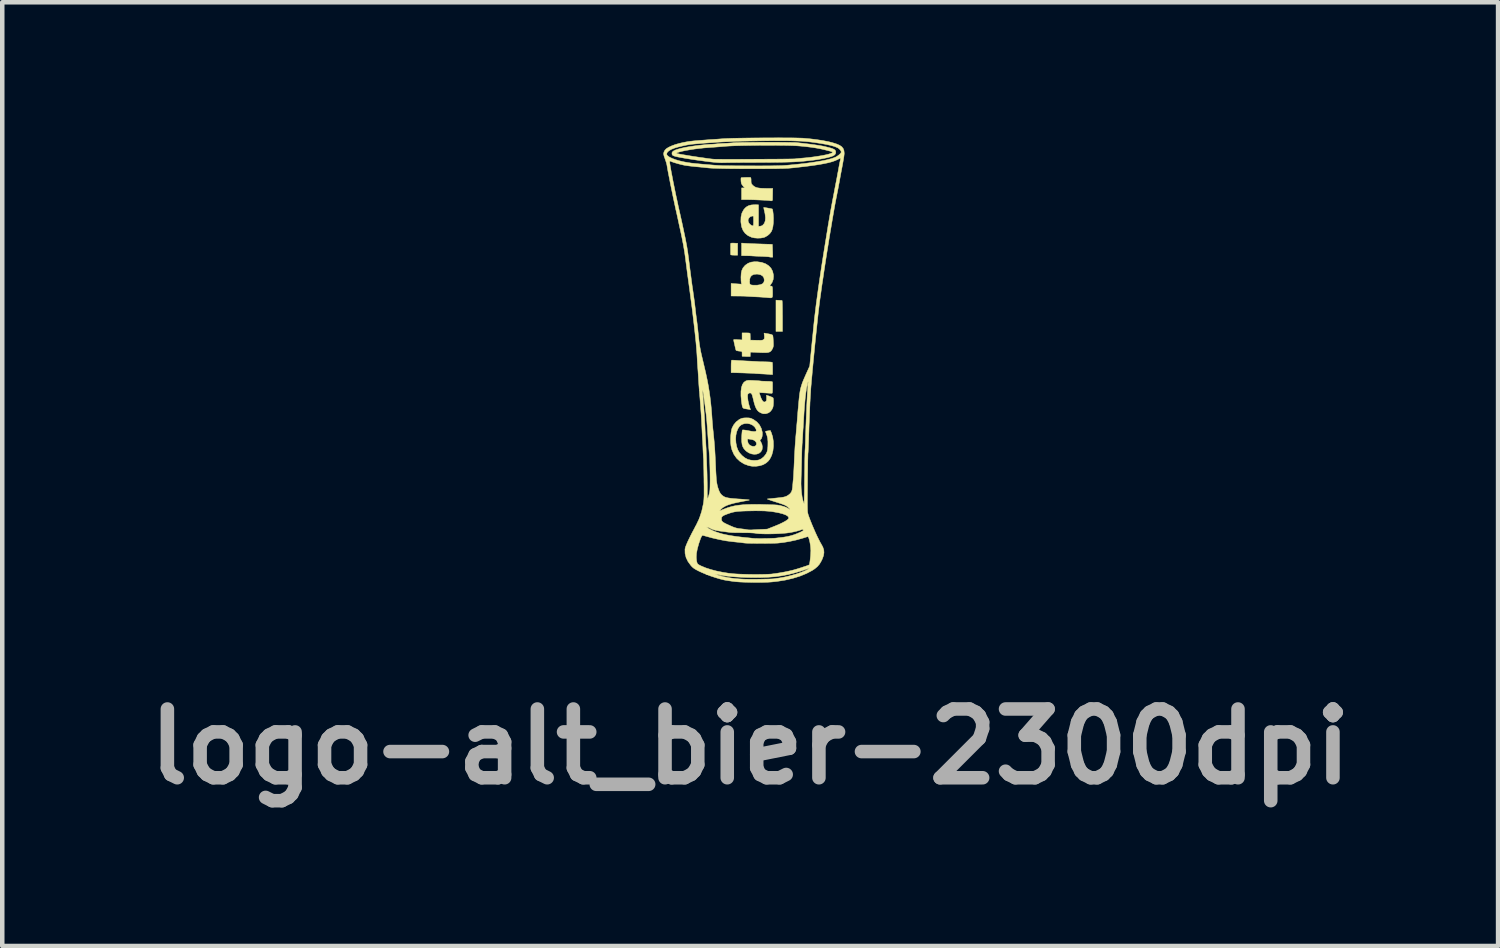
<source format=kicad_pcb>
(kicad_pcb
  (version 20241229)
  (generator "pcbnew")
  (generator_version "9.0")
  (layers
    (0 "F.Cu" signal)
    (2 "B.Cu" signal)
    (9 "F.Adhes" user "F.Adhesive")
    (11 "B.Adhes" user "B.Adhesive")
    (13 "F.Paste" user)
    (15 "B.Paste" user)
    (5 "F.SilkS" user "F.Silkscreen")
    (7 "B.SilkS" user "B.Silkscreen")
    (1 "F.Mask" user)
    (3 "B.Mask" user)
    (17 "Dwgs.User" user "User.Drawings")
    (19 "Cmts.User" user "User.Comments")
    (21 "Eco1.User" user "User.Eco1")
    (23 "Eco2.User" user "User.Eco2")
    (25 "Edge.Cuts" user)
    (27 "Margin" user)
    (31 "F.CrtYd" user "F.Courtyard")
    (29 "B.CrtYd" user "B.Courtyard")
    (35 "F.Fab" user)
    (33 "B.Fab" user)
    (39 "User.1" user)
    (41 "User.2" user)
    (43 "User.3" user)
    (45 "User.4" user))
  (footprint "logo-alt_bier-2300dpi"
    (layer "F.Cu")
    (at 13.653 4.925)
    (property "Reference" "logo-alt_bier-2300dpi" (at -0.075 8.575 0) (layer "F.Fab") (effects (font (size 1.524 1.524) (thickness 0.3))))
    (attr through_hole)
    (fp_poly (pts (xy 0.56 -1.319) (xy 0.596 -1.317) (xy 0.623 -1.316) (xy 0.632 -1.315) (xy 0.634 -1.304) (xy 0.636 -1.274) (xy 0.638 -1.227) (xy 0.639 -1.166) (xy 0.64 -1.093) (xy 0.64 -1.012) (xy 0.641 -0.972) (xy 0.641 -0.629) (xy 0.497 -0.629) (xy 0.497 -1.322) (xy 0.56 -1.319)) (stroke (width 0.01) (type solid)) (fill yes) (layer "F.SilkS"))
    (fp_poly (pts (xy -0.431 -2.586) (xy -0.353 -2.582) (xy -0.353 -2.319) (xy -0.431 -2.319) (xy -0.476 -2.321) (xy -0.501 -2.325) (xy -0.508 -2.333) (xy -0.509 -2.355) (xy -0.509 -2.391) (xy -0.509 -2.436) (xy -0.509 -2.482) (xy -0.509 -2.525) (xy -0.509 -2.557) (xy -0.509 -2.573) (xy -0.504 -2.582) (xy -0.489 -2.586) (xy -0.459 -2.587) (xy -0.431 -2.586)) (stroke (width 0.01) (type solid)) (fill yes) (layer "F.SilkS"))
    (fp_poly (pts (xy -0.163 -2.58) (xy -0.12 -2.578) (xy -0.06 -2.575) (xy 0.011 -2.572) (xy 0.089 -2.569) (xy 0.167 -2.567) (xy 0.177 -2.566) (xy 0.247 -2.564) (xy 0.308 -2.562) (xy 0.359 -2.561) (xy 0.395 -2.559) (xy 0.414 -2.558) (xy 0.416 -2.558) (xy 0.417 -2.547) (xy 0.418 -2.518) (xy 0.42 -2.476) (xy 0.421 -2.424) (xy 0.422 -2.416) (xy 0.426 -2.275) (xy 0.392 -2.275) (xy 0.366 -2.276) (xy 0.352 -2.28) (xy 0.352 -2.28) (xy 0.34 -2.282) (xy 0.309 -2.285) (xy 0.265 -2.288) (xy 0.21 -2.291) (xy 0.182 -2.292) (xy 0.118 -2.295) (xy 0.058 -2.297) (xy 0.006 -2.3) (xy -0.031 -2.302) (xy -0.039 -2.303) (xy -0.078 -2.305) (xy -0.129 -2.306) (xy -0.179 -2.307) (xy -0.265 -2.308) (xy -0.265 -2.587) (xy -0.163 -2.58)) (stroke (width 0.01) (type solid)) (fill yes) (layer "F.SilkS"))
    (fp_poly (pts (xy -0.437 0.009) (xy -0.395 0.012) (xy -0.384 0.013) (xy -0.341 0.016) (xy -0.282 0.019) (xy -0.215 0.023) (xy -0.145 0.027) (xy -0.117 0.028) (xy -0.054 0.031) (xy 0.003 0.034) (xy 0.051 0.036) (xy 0.084 0.038) (xy 0.094 0.039) (xy 0.118 0.041) (xy 0.158 0.043) (xy 0.209 0.044) (xy 0.266 0.045) (xy 0.268 0.045) (xy 0.322 0.047) (xy 0.367 0.049) (xy 0.4 0.053) (xy 0.415 0.057) (xy 0.416 0.058) (xy 0.418 0.072) (xy 0.42 0.104) (xy 0.422 0.148) (xy 0.422 0.197) (xy 0.422 0.326) (xy 0.393 0.327) (xy 0.371 0.327) (xy 0.362 0.325) (xy 0.35 0.323) (xy 0.32 0.321) (xy 0.277 0.318) (xy 0.224 0.315) (xy 0.204 0.314) (xy 0.146 0.311) (xy 0.093 0.308) (xy 0.052 0.306) (xy 0.026 0.303) (xy 0.023 0.303) (xy 0.004 0.301) (xy -0.033 0.299) (xy -0.085 0.297) (xy -0.149 0.295) (xy -0.22 0.292) (xy -0.251 0.291) (xy -0.497 0.284) (xy -0.497 0.148) (xy -0.496 0.084) (xy -0.493 0.038) (xy -0.488 0.014) (xy -0.485 0.009) (xy -0.469 0.008) (xy -0.437 0.009)) (stroke (width 0.01) (type solid)) (fill yes) (layer "F.SilkS"))
    (fp_poly (pts (xy -0.079 -4.043) (xy -0.075 -4.043) (xy -0.064 -4.039) (xy -0.058 -4.025) (xy -0.055 -3.997) (xy -0.055 -3.974) (xy -0.054 -3.935) (xy -0.049 -3.91) (xy -0.036 -3.889) (xy -0.014 -3.865) (xy 0.015 -3.842) (xy 0.048 -3.824) (xy 0.089 -3.812) (xy 0.143 -3.804) (xy 0.211 -3.8) (xy 0.285 -3.799) (xy 0.425 -3.799) (xy 0.423 -3.686) (xy 0.422 -3.635) (xy 0.421 -3.591) (xy 0.421 -3.559) (xy 0.42 -3.548) (xy 0.414 -3.528) (xy 0.394 -3.523) (xy 0.372 -3.525) (xy 0.364 -3.527) (xy 0.351 -3.53) (xy 0.32 -3.532) (xy 0.275 -3.535) (xy 0.218 -3.538) (xy 0.154 -3.541) (xy 0.086 -3.544) (xy 0.017 -3.547) (xy -0.048 -3.549) (xy -0.106 -3.55) (xy -0.152 -3.55) (xy -0.265 -3.55) (xy -0.265 -3.68) (xy -0.265 -3.81) (xy -0.195 -3.81) (xy -0.223 -3.84) (xy -0.246 -3.868) (xy -0.264 -3.895) (xy -0.265 -3.897) (xy -0.272 -3.919) (xy -0.277 -3.952) (xy -0.279 -3.988) (xy -0.279 -4.018) (xy -0.275 -4.035) (xy -0.275 -4.036) (xy -0.263 -4.038) (xy -0.235 -4.04) (xy -0.196 -4.041) (xy -0.153 -4.043) (xy -0.112 -4.043) (xy -0.079 -4.043)) (stroke (width 0.01) (type solid)) (fill yes) (layer "F.SilkS"))
    (fp_poly (pts (xy -0.117 -0.595) (xy -0.088 -0.591) (xy -0.076 -0.584) (xy -0.076 -0.583) (xy -0.075 -0.565) (xy -0.074 -0.532) (xy -0.073 -0.502) (xy -0.072 -0.436) (xy 0.065 -0.433) (xy 0.123 -0.432) (xy 0.164 -0.432) (xy 0.191 -0.435) (xy 0.208 -0.439) (xy 0.221 -0.447) (xy 0.223 -0.449) (xy 0.236 -0.464) (xy 0.241 -0.484) (xy 0.241 -0.516) (xy 0.239 -0.531) (xy 0.233 -0.592) (xy 0.326 -0.576) (xy 0.38 -0.565) (xy 0.413 -0.553) (xy 0.426 -0.542) (xy 0.429 -0.524) (xy 0.433 -0.49) (xy 0.436 -0.444) (xy 0.438 -0.409) (xy 0.44 -0.355) (xy 0.44 -0.317) (xy 0.436 -0.29) (xy 0.429 -0.267) (xy 0.418 -0.243) (xy 0.399 -0.211) (xy 0.379 -0.188) (xy 0.353 -0.172) (xy 0.319 -0.162) (xy 0.272 -0.158) (xy 0.209 -0.158) (xy 0.149 -0.16) (xy 0.089 -0.163) (xy 0.034 -0.166) (xy -0.01 -0.168) (xy -0.038 -0.169) (xy -0.044 -0.169) (xy -0.061 -0.169) (xy -0.07 -0.159) (xy -0.072 -0.136) (xy -0.073 -0.121) (xy -0.074 -0.072) (xy -0.117 -0.072) (xy -0.158 -0.073) (xy -0.202 -0.075) (xy -0.207 -0.075) (xy -0.254 -0.079) (xy -0.254 -0.133) (xy -0.255 -0.167) (xy -0.261 -0.183) (xy -0.272 -0.188) (xy -0.273 -0.188) (xy -0.306 -0.191) (xy -0.34 -0.195) (xy -0.37 -0.202) (xy -0.387 -0.207) (xy -0.387 -0.208) (xy -0.392 -0.221) (xy -0.4 -0.249) (xy -0.409 -0.288) (xy -0.419 -0.332) (xy -0.429 -0.376) (xy -0.437 -0.413) (xy -0.441 -0.438) (xy -0.442 -0.445) (xy -0.432 -0.448) (xy -0.404 -0.449) (xy -0.365 -0.448) (xy -0.348 -0.446) (xy -0.254 -0.44) (xy -0.254 -0.596) (xy -0.166 -0.596) (xy -0.117 -0.595)) (stroke (width 0.01) (type solid)) (fill yes) (layer "F.SilkS"))
    (fp_poly (pts (xy 0.075 -3.436) (xy 0.11 -3.435) (xy 0.11 -2.96) (xy 0.142 -2.96) (xy 0.174 -2.967) (xy 0.201 -2.981) (xy 0.237 -3.022) (xy 0.258 -3.077) (xy 0.264 -3.147) (xy 0.255 -3.231) (xy 0.244 -3.285) (xy 0.234 -3.326) (xy 0.228 -3.358) (xy 0.225 -3.375) (xy 0.225 -3.376) (xy 0.237 -3.376) (xy 0.263 -3.372) (xy 0.3 -3.366) (xy 0.339 -3.359) (xy 0.376 -3.352) (xy 0.403 -3.346) (xy 0.416 -3.343) (xy 0.416 -3.343) (xy 0.422 -3.326) (xy 0.428 -3.293) (xy 0.434 -3.247) (xy 0.438 -3.194) (xy 0.441 -3.138) (xy 0.441 -3.132) (xy 0.439 -3.037) (xy 0.429 -2.952) (xy 0.411 -2.882) (xy 0.397 -2.848) (xy 0.363 -2.8) (xy 0.314 -2.756) (xy 0.258 -2.723) (xy 0.228 -2.711) (xy 0.163 -2.699) (xy 0.09 -2.696) (xy 0.017 -2.702) (xy -0.041 -2.715) (xy -0.122 -2.752) (xy -0.185 -2.802) (xy -0.232 -2.866) (xy -0.264 -2.945) (xy -0.279 -3.039) (xy -0.281 -3.065) (xy -0.281 -3.075) (xy -0.121 -3.075) (xy -0.104 -3.033) (xy -0.084 -3.008) (xy -0.057 -2.986) (xy -0.032 -2.972) (xy -0.023 -2.971) (xy -0.013 -2.972) (xy -0.006 -2.978) (xy -0.002 -2.994) (xy -0.000444 -3.023) (xy -0.000008 -3.069) (xy 0 -3.082) (xy -0.000395 -3.133) (xy -0.002 -3.165) (xy -0.005 -3.182) (xy -0.011 -3.188) (xy -0.017 -3.187) (xy -0.043 -3.181) (xy -0.051 -3.181) (xy -0.069 -3.173) (xy -0.092 -3.155) (xy -0.094 -3.153) (xy -0.118 -3.116) (xy -0.121 -3.075) (xy -0.281 -3.075) (xy -0.278 -3.166) (xy -0.258 -3.252) (xy -0.221 -3.323) (xy -0.186 -3.365) (xy -0.146 -3.397) (xy -0.102 -3.419) (xy -0.049 -3.432) (xy 0.017 -3.437) (xy 0.075 -3.436)) (stroke (width 0.01) (type solid)) (fill yes) (layer "F.SilkS"))
    (fp_poly (pts (xy 0.082 -2.173) (xy 0.179 -2.159) (xy 0.263 -2.13) (xy 0.332 -2.087) (xy 0.386 -2.031) (xy 0.422 -1.963) (xy 0.44 -1.885) (xy 0.442 -1.849) (xy 0.435 -1.779) (xy 0.413 -1.719) (xy 0.385 -1.676) (xy 0.366 -1.649) (xy 0.365 -1.636) (xy 0.38 -1.632) (xy 0.394 -1.633) (xy 0.406 -1.631) (xy 0.414 -1.619) (xy 0.419 -1.595) (xy 0.421 -1.554) (xy 0.422 -1.495) (xy 0.422 -1.492) (xy 0.422 -1.44) (xy 0.42 -1.405) (xy 0.412 -1.384) (xy 0.396 -1.374) (xy 0.367 -1.373) (xy 0.322 -1.377) (xy 0.282 -1.381) (xy 0.238 -1.384) (xy 0.179 -1.389) (xy 0.111 -1.393) (xy 0.042 -1.396) (xy 0.022 -1.397) (xy -0.038 -1.4) (xy -0.091 -1.403) (xy -0.133 -1.406) (xy -0.16 -1.408) (xy -0.166 -1.409) (xy -0.182 -1.41) (xy -0.216 -1.411) (xy -0.264 -1.412) (xy -0.32 -1.413) (xy -0.34 -1.413) (xy -0.497 -1.414) (xy -0.497 -1.692) (xy -0.38 -1.684) (xy -0.263 -1.676) (xy -0.271 -1.701) (xy -0.274 -1.722) (xy -0.276 -1.754) (xy -0.088 -1.754) (xy -0.087 -1.708) (xy -0.081 -1.679) (xy -0.066 -1.664) (xy -0.039 -1.657) (xy -0.007 -1.654) (xy 0.079 -1.654) (xy 0.146 -1.664) (xy 0.193 -1.682) (xy 0.209 -1.695) (xy 0.229 -1.722) (xy 0.237 -1.756) (xy 0.237 -1.772) (xy 0.228 -1.821) (xy 0.2 -1.859) (xy 0.155 -1.885) (xy 0.095 -1.898) (xy 0.066 -1.899) (xy 0.004 -1.892) (xy -0.043 -1.868) (xy -0.073 -1.83) (xy -0.087 -1.777) (xy -0.088 -1.754) (xy -0.276 -1.754) (xy -0.277 -1.76) (xy -0.278 -1.806) (xy -0.279 -1.832) (xy -0.274 -1.914) (xy -0.26 -1.981) (xy -0.235 -2.035) (xy -0.196 -2.083) (xy -0.179 -2.099) (xy -0.121 -2.139) (xy -0.055 -2.164) (xy 0.022 -2.174) (xy 0.082 -2.173)) (stroke (width 0.01) (type solid)) (fill yes) (layer "F.SilkS"))
    (fp_poly (pts (xy -0.032 0.457) (xy 0.01 0.459) (xy 0.063 0.462) (xy 0.108 0.465) (xy 0.14 0.468) (xy 0.155 0.47) (xy 0.155 0.47) (xy 0.168 0.472) (xy 0.199 0.474) (xy 0.242 0.475) (xy 0.291 0.477) (xy 0.347 0.478) (xy 0.385 0.481) (xy 0.407 0.484) (xy 0.418 0.49) (xy 0.42 0.496) (xy 0.421 0.514) (xy 0.421 0.548) (xy 0.421 0.594) (xy 0.421 0.629) (xy 0.42 0.681) (xy 0.419 0.715) (xy 0.415 0.734) (xy 0.41 0.742) (xy 0.401 0.744) (xy 0.401 0.743) (xy 0.383 0.742) (xy 0.348 0.74) (xy 0.301 0.737) (xy 0.253 0.734) (xy 0.124 0.726) (xy 0.151 0.808) (xy 0.167 0.851) (xy 0.186 0.889) (xy 0.203 0.914) (xy 0.204 0.916) (xy 0.225 0.933) (xy 0.243 0.936) (xy 0.259 0.93) (xy 0.276 0.919) (xy 0.285 0.903) (xy 0.289 0.876) (xy 0.288 0.833) (xy 0.288 0.826) (xy 0.286 0.785) (xy 0.356 0.808) (xy 0.392 0.822) (xy 0.421 0.835) (xy 0.433 0.844) (xy 0.438 0.863) (xy 0.441 0.897) (xy 0.441 0.94) (xy 0.439 0.986) (xy 0.435 1.026) (xy 0.43 1.052) (xy 0.407 1.102) (xy 0.371 1.147) (xy 0.331 1.176) (xy 0.271 1.196) (xy 0.211 1.195) (xy 0.157 1.175) (xy 0.118 1.152) (xy 0.086 1.121) (xy 0.059 1.08) (xy 0.036 1.027) (xy 0.014 0.957) (xy -0.005 0.878) (xy -0.016 0.834) (xy -0.026 0.796) (xy -0.034 0.771) (xy -0.054 0.742) (xy -0.08 0.733) (xy -0.109 0.744) (xy -0.113 0.747) (xy -0.124 0.76) (xy -0.13 0.777) (xy -0.132 0.802) (xy -0.13 0.844) (xy -0.129 0.85) (xy -0.123 0.904) (xy -0.11 0.965) (xy -0.096 1.02) (xy -0.068 1.106) (xy -0.092 1.1) (xy -0.117 1.096) (xy -0.153 1.09) (xy -0.175 1.087) (xy -0.203 1.082) (xy -0.223 1.075) (xy -0.237 1.062) (xy -0.248 1.039) (xy -0.256 1.002) (xy -0.264 0.949) (xy -0.268 0.92) (xy -0.279 0.801) (xy -0.279 0.699) (xy -0.268 0.614) (xy -0.246 0.547) (xy -0.213 0.498) (xy -0.169 0.468) (xy -0.147 0.461) (xy -0.12 0.456) (xy -0.083 0.455) (xy -0.032 0.457)) (stroke (width 0.01) (type solid)) (fill yes) (layer "F.SilkS"))
    (fp_poly (pts (xy -0.113 1.288) (xy -0.078 1.292) (xy -0.048 1.302) (xy -0.012 1.319) (xy -0.002 1.324) (xy 0.073 1.377) (xy 0.132 1.444) (xy 0.172 1.522) (xy 0.194 1.607) (xy 0.195 1.657) (xy 0.189 1.704) (xy 0.176 1.744) (xy 0.157 1.768) (xy 0.156 1.769) (xy 0.144 1.778) (xy 0.143 1.789) (xy 0.154 1.809) (xy 0.161 1.819) (xy 0.185 1.871) (xy 0.196 1.93) (xy 0.19 1.985) (xy 0.188 1.993) (xy 0.162 2.039) (xy 0.123 2.071) (xy 0.073 2.09) (xy 0.015 2.095) (xy -0.045 2.086) (xy -0.105 2.063) (xy -0.162 2.025) (xy -0.178 2.01) (xy -0.213 1.971) (xy -0.238 1.928) (xy -0.254 1.878) (xy -0.262 1.816) (xy -0.263 1.788) (xy -0.133 1.788) (xy -0.127 1.824) (xy -0.115 1.857) (xy -0.09 1.887) (xy -0.055 1.908) (xy -0.015 1.92) (xy 0.022 1.918) (xy 0.049 1.904) (xy 0.065 1.875) (xy 0.063 1.841) (xy 0.044 1.809) (xy 0.012 1.784) (xy -0.017 1.773) (xy -0.057 1.764) (xy -0.076 1.761) (xy -0.133 1.753) (xy -0.133 1.788) (xy -0.263 1.788) (xy -0.263 1.739) (xy -0.262 1.697) (xy -0.259 1.645) (xy -0.255 1.601) (xy -0.251 1.57) (xy -0.246 1.556) (xy -0.232 1.554) (xy -0.201 1.557) (xy -0.158 1.563) (xy -0.127 1.569) (xy -0.055 1.583) (xy -0.003 1.59) (xy 0.033 1.59) (xy 0.053 1.583) (xy 0.061 1.569) (xy 0.057 1.546) (xy 0.054 1.536) (xy 0.024 1.487) (xy -0.021 1.449) (xy -0.077 1.423) (xy -0.138 1.411) (xy -0.2 1.414) (xy -0.259 1.434) (xy -0.265 1.437) (xy -0.311 1.474) (xy -0.347 1.529) (xy -0.374 1.596) (xy -0.391 1.674) (xy -0.396 1.757) (xy -0.39 1.843) (xy -0.373 1.928) (xy -0.347 2) (xy -0.308 2.064) (xy -0.255 2.123) (xy -0.193 2.173) (xy -0.128 2.207) (xy -0.127 2.208) (xy -0.063 2.224) (xy 0.009 2.231) (xy 0.08 2.227) (xy 0.123 2.218) (xy 0.176 2.192) (xy 0.226 2.151) (xy 0.269 2.098) (xy 0.284 2.072) (xy 0.298 2.042) (xy 0.307 2.011) (xy 0.313 1.974) (xy 0.317 1.925) (xy 0.318 1.897) (xy 0.319 1.814) (xy 0.313 1.745) (xy 0.299 1.684) (xy 0.28 1.632) (xy 0.269 1.605) (xy 0.266 1.588) (xy 0.266 1.586) (xy 0.279 1.582) (xy 0.306 1.577) (xy 0.321 1.575) (xy 0.372 1.567) (xy 0.395 1.62) (xy 0.424 1.711) (xy 0.439 1.812) (xy 0.441 1.915) (xy 0.43 2.016) (xy 0.405 2.109) (xy 0.381 2.162) (xy 0.354 2.21) (xy 0.325 2.246) (xy 0.288 2.279) (xy 0.274 2.29) (xy 0.211 2.326) (xy 0.135 2.349) (xy 0.051 2.361) (xy -0.035 2.359) (xy -0.107 2.346) (xy -0.21 2.308) (xy -0.3 2.252) (xy -0.376 2.181) (xy -0.436 2.095) (xy -0.479 1.996) (xy -0.5 1.909) (xy -0.507 1.84) (xy -0.509 1.763) (xy -0.506 1.683) (xy -0.498 1.608) (xy -0.486 1.544) (xy -0.476 1.511) (xy -0.439 1.441) (xy -0.387 1.378) (xy -0.325 1.329) (xy -0.305 1.317) (xy -0.27 1.301) (xy -0.236 1.292) (xy -0.194 1.288) (xy -0.16 1.287) (xy -0.113 1.288)) (stroke (width 0.01) (type solid)) (fill yes) (layer "F.SilkS"))
    (fp_poly (pts (xy 0.457 -4.821) (xy 0.56 -4.821) (xy 0.657 -4.82) (xy 0.745 -4.819) (xy 0.821 -4.818) (xy 0.883 -4.817) (xy 0.928 -4.816) (xy 0.955 -4.814) (xy 1.109 -4.797) (xy 1.241 -4.781) (xy 1.353 -4.766) (xy 1.446 -4.752) (xy 1.521 -4.739) (xy 1.557 -4.732) (xy 1.641 -4.712) (xy 1.705 -4.695) (xy 1.753 -4.679) (xy 1.786 -4.664) (xy 1.806 -4.648) (xy 1.818 -4.629) (xy 1.822 -4.607) (xy 1.822 -4.6) (xy 1.818 -4.572) (xy 1.804 -4.549) (xy 1.778 -4.528) (xy 1.737 -4.51) (xy 1.68 -4.492) (xy 1.605 -4.474) (xy 1.55 -4.463) (xy 1.486 -4.45) (xy 1.424 -4.439) (xy 1.369 -4.431) (xy 1.329 -4.425) (xy 1.32 -4.424) (xy 1.278 -4.42) (xy 1.223 -4.414) (xy 1.166 -4.408) (xy 1.149 -4.406) (xy 1.09 -4.4) (xy 1.029 -4.395) (xy 0.964 -4.391) (xy 0.894 -4.387) (xy 0.816 -4.384) (xy 0.727 -4.381) (xy 0.627 -4.379) (xy 0.513 -4.377) (xy 0.384 -4.376) (xy 0.236 -4.375) (xy 0.069 -4.375) (xy 0.04 -4.374) (xy -0.083 -4.374) (xy -0.199 -4.374) (xy -0.307 -4.373) (xy -0.405 -4.372) (xy -0.491 -4.372) (xy -0.564 -4.371) (xy -0.62 -4.37) (xy -0.658 -4.37) (xy -0.677 -4.369) (xy -0.678 -4.369) (xy -0.698 -4.368) (xy -0.735 -4.369) (xy -0.782 -4.371) (xy -0.823 -4.374) (xy -0.893 -4.38) (xy -0.976 -4.389) (xy -1.069 -4.401) (xy -1.167 -4.414) (xy -1.268 -4.428) (xy -1.369 -4.443) (xy -1.465 -4.458) (xy -1.553 -4.473) (xy -1.63 -4.487) (xy -1.693 -4.499) (xy -1.737 -4.51) (xy -1.742 -4.511) (xy -1.778 -4.524) (xy -1.798 -4.538) (xy -1.807 -4.556) (xy -1.807 -4.558) (xy -1.808 -4.578) (xy -1.708 -4.578) (xy -1.694 -4.572) (xy -1.674 -4.567) (xy -1.635 -4.559) (xy -1.581 -4.549) (xy -1.515 -4.538) (xy -1.439 -4.525) (xy -1.357 -4.512) (xy -1.271 -4.499) (xy -1.186 -4.486) (xy -1.105 -4.475) (xy -1.03 -4.464) (xy -0.964 -4.455) (xy -0.911 -4.449) (xy -0.889 -4.447) (xy -0.869 -4.446) (xy -0.829 -4.445) (xy -0.772 -4.445) (xy -0.699 -4.444) (xy -0.613 -4.444) (xy -0.516 -4.444) (xy -0.409 -4.444) (xy -0.294 -4.444) (xy -0.175 -4.445) (xy -0.052 -4.445) (xy 0.072 -4.446) (xy 0.195 -4.446) (xy 0.314 -4.447) (xy 0.429 -4.447) (xy 0.537 -4.448) (xy 0.636 -4.449) (xy 0.723 -4.45) (xy 0.797 -4.451) (xy 0.856 -4.452) (xy 0.898 -4.453) (xy 0.92 -4.454) (xy 0.922 -4.454) (xy 0.949 -4.458) (xy 0.99 -4.462) (xy 1.037 -4.466) (xy 1.044 -4.467) (xy 1.149 -4.476) (xy 1.252 -4.487) (xy 1.351 -4.5) (xy 1.443 -4.514) (xy 1.528 -4.528) (xy 1.601 -4.543) (xy 1.663 -4.558) (xy 1.71 -4.573) (xy 1.74 -4.587) (xy 1.751 -4.599) (xy 1.749 -4.606) (xy 1.733 -4.613) (xy 1.7 -4.624) (xy 1.653 -4.636) (xy 1.597 -4.65) (xy 1.536 -4.665) (xy 1.474 -4.678) (xy 1.416 -4.689) (xy 1.364 -4.698) (xy 1.364 -4.698) (xy 1.275 -4.711) (xy 1.194 -4.721) (xy 1.116 -4.73) (xy 1.04 -4.737) (xy 0.961 -4.743) (xy 0.877 -4.747) (xy 0.785 -4.75) (xy 0.682 -4.752) (xy 0.563 -4.753) (xy 0.428 -4.754) (xy 0.364 -4.754) (xy 0.207 -4.754) (xy 0.056 -4.753) (xy -0.086 -4.751) (xy -0.217 -4.749) (xy -0.336 -4.746) (xy -0.439 -4.743) (xy -0.526 -4.739) (xy -0.595 -4.735) (xy -0.635 -4.732) (xy -0.668 -4.729) (xy -0.709 -4.725) (xy -0.761 -4.721) (xy -0.828 -4.716) (xy -0.912 -4.71) (xy -0.994 -4.704) (xy -1.099 -4.696) (xy -1.206 -4.684) (xy -1.312 -4.671) (xy -1.414 -4.655) (xy -1.506 -4.639) (xy -1.587 -4.622) (xy -1.651 -4.605) (xy -1.684 -4.594) (xy -1.706 -4.584) (xy -1.708 -4.578) (xy -1.808 -4.578) (xy -1.809 -4.586) (xy -1.797 -4.61) (xy -1.769 -4.632) (xy -1.725 -4.653) (xy -1.661 -4.673) (xy -1.607 -4.688) (xy -1.526 -4.706) (xy -1.427 -4.724) (xy -1.317 -4.74) (xy -1.201 -4.755) (xy -1.084 -4.767) (xy -0.971 -4.776) (xy -0.944 -4.777) (xy -0.892 -4.78) (xy -0.849 -4.783) (xy -0.819 -4.786) (xy -0.806 -4.788) (xy -0.806 -4.788) (xy -0.794 -4.789) (xy -0.763 -4.792) (xy -0.718 -4.794) (xy -0.664 -4.797) (xy -0.635 -4.798) (xy -0.574 -4.801) (xy -0.52 -4.805) (xy -0.476 -4.808) (xy -0.448 -4.811) (xy -0.442 -4.812) (xy -0.422 -4.813) (xy -0.383 -4.815) (xy -0.327 -4.816) (xy -0.256 -4.818) (xy -0.172 -4.819) (xy -0.079 -4.819) (xy 0.023 -4.82) (xy 0.129 -4.821) (xy 0.239 -4.821) (xy 0.349 -4.821) (xy 0.457 -4.821)) (stroke (width 0.01) (type solid)) (fill yes) (layer "F.SilkS"))
    (fp_poly (pts (xy 0.673 -4.919) (xy 0.785 -4.919) (xy 0.885 -4.918) (xy 0.973 -4.916) (xy 1.044 -4.914) (xy 1.098 -4.912) (xy 1.104 -4.911) (xy 1.252 -4.898) (xy 1.4 -4.88) (xy 1.54 -4.858) (xy 1.668 -4.833) (xy 1.757 -4.81) (xy 1.842 -4.783) (xy 1.908 -4.754) (xy 1.956 -4.721) (xy 1.987 -4.682) (xy 2.004 -4.636) (xy 2.01 -4.58) (xy 2.01 -4.579) (xy 2.008 -4.549) (xy 2.002 -4.502) (xy 1.993 -4.443) (xy 1.981 -4.375) (xy 1.968 -4.303) (xy 1.966 -4.294) (xy 1.952 -4.218) (xy 1.937 -4.141) (xy 1.924 -4.07) (xy 1.913 -4.009) (xy 1.905 -3.965) (xy 1.905 -3.965) (xy 1.897 -3.922) (xy 1.886 -3.863) (xy 1.873 -3.792) (xy 1.857 -3.714) (xy 1.842 -3.635) (xy 1.837 -3.611) (xy 1.816 -3.504) (xy 1.793 -3.378) (xy 1.768 -3.235) (xy 1.741 -3.078) (xy 1.713 -2.91) (xy 1.683 -2.734) (xy 1.654 -2.552) (xy 1.624 -2.367) (xy 1.595 -2.181) (xy 1.567 -1.998) (xy 1.541 -1.82) (xy 1.515 -1.65) (xy 1.493 -1.49) (xy 1.472 -1.343) (xy 1.455 -1.212) (xy 1.453 -1.193) (xy 1.445 -1.128) (xy 1.435 -1.044) (xy 1.424 -0.944) (xy 1.412 -0.831) (xy 1.399 -0.707) (xy 1.385 -0.576) (xy 1.371 -0.441) (xy 1.357 -0.304) (xy 1.344 -0.168) (xy 1.331 -0.036) (xy 1.319 0.089) (xy 1.308 0.204) (xy 1.303 0.254) (xy 1.297 0.329) (xy 1.29 0.401) (xy 1.284 0.464) (xy 1.28 0.515) (xy 1.277 0.55) (xy 1.276 0.558) (xy 1.273 0.594) (xy 1.269 0.644) (xy 1.266 0.698) (xy 1.265 0.718) (xy 1.261 0.777) (xy 1.257 0.839) (xy 1.254 0.894) (xy 1.254 0.906) (xy 1.251 0.948) (xy 1.249 1.005) (xy 1.246 1.071) (xy 1.243 1.138) (xy 1.243 1.154) (xy 1.24 1.227) (xy 1.237 1.307) (xy 1.234 1.383) (xy 1.231 1.448) (xy 1.231 1.452) (xy 1.229 1.507) (xy 1.227 1.578) (xy 1.224 1.658) (xy 1.222 1.74) (xy 1.22 1.806) (xy 1.217 1.876) (xy 1.215 1.941) (xy 1.212 1.997) (xy 1.21 2.039) (xy 1.208 2.064) (xy 1.208 2.065) (xy 1.206 2.083) (xy 1.205 2.121) (xy 1.204 2.177) (xy 1.202 2.248) (xy 1.201 2.334) (xy 1.2 2.43) (xy 1.198 2.536) (xy 1.197 2.649) (xy 1.196 2.733) (xy 1.195 2.867) (xy 1.194 2.981) (xy 1.193 3.077) (xy 1.193 3.156) (xy 1.193 3.22) (xy 1.194 3.272) (xy 1.195 3.313) (xy 1.196 3.346) (xy 1.198 3.371) (xy 1.201 3.391) (xy 1.205 3.408) (xy 1.209 3.424) (xy 1.212 3.435) (xy 1.234 3.497) (xy 1.263 3.573) (xy 1.297 3.657) (xy 1.335 3.746) (xy 1.374 3.835) (xy 1.413 3.919) (xy 1.45 3.993) (xy 1.482 4.055) (xy 1.499 4.083) (xy 1.536 4.152) (xy 1.557 4.215) (xy 1.561 4.277) (xy 1.55 4.343) (xy 1.523 4.417) (xy 1.501 4.462) (xy 1.463 4.527) (xy 1.416 4.582) (xy 1.357 4.632) (xy 1.301 4.669) (xy 1.176 4.735) (xy 1.033 4.794) (xy 0.875 4.843) (xy 0.704 4.883) (xy 0.522 4.912) (xy 0.398 4.925) (xy 0.322 4.93) (xy 0.229 4.933) (xy 0.125 4.935) (xy 0.016 4.935) (xy -0.095 4.933) (xy -0.201 4.93) (xy -0.297 4.926) (xy -0.377 4.92) (xy -0.392 4.919) (xy -0.46 4.911) (xy -0.534 4.9) (xy -0.604 4.889) (xy -0.651 4.881) (xy -0.74 4.859) (xy -0.841 4.829) (xy -0.948 4.794) (xy -1.054 4.754) (xy -1.058 4.752) (xy -0.846 4.752) (xy -0.839 4.757) (xy -0.815 4.766) (xy -0.778 4.777) (xy -0.732 4.79) (xy -0.682 4.803) (xy -0.632 4.814) (xy -0.602 4.82) (xy -0.508 4.836) (xy -0.413 4.849) (xy -0.312 4.857) (xy -0.201 4.863) (xy -0.077 4.865) (xy 0.065 4.865) (xy 0.099 4.864) (xy 0.182 4.863) (xy 0.259 4.861) (xy 0.327 4.86) (xy 0.383 4.858) (xy 0.424 4.856) (xy 0.446 4.855) (xy 0.447 4.854) (xy 0.474 4.85) (xy 0.515 4.844) (xy 0.561 4.838) (xy 0.569 4.837) (xy 0.657 4.822) (xy 0.753 4.801) (xy 0.851 4.776) (xy 0.947 4.748) (xy 1.037 4.718) (xy 1.116 4.687) (xy 1.181 4.658) (xy 1.215 4.638) (xy 1.233 4.625) (xy 1.236 4.62) (xy 1.231 4.622) (xy 1.065 4.678) (xy 0.912 4.724) (xy 0.765 4.761) (xy 0.622 4.788) (xy 0.475 4.808) (xy 0.321 4.82) (xy 0.154 4.826) (xy 0.028 4.827) (xy -0.125 4.825) (xy -0.271 4.82) (xy -0.407 4.812) (xy -0.53 4.802) (xy -0.638 4.789) (xy -0.727 4.773) (xy -0.741 4.77) (xy -0.786 4.761) (xy -0.821 4.755) (xy -0.842 4.752) (xy -0.846 4.752) (xy -1.058 4.752) (xy -1.151 4.713) (xy -1.209 4.686) (xy -1.265 4.657) (xy -1.307 4.633) (xy -1.339 4.61) (xy -1.368 4.583) (xy -1.39 4.558) (xy -1.453 4.472) (xy -1.496 4.383) (xy -1.496 4.381) (xy -1.27 4.381) (xy -1.262 4.46) (xy -1.257 4.48) (xy -1.25 4.504) (xy -1.241 4.522) (xy -1.225 4.536) (xy -1.198 4.552) (xy -1.156 4.573) (xy -1.155 4.573) (xy -1.061 4.612) (xy -0.95 4.648) (xy -0.826 4.681) (xy -0.694 4.708) (xy -0.56 4.73) (xy -0.452 4.742) (xy -0.384 4.747) (xy -0.301 4.751) (xy -0.207 4.754) (xy -0.107 4.757) (xy -0.004 4.758) (xy 0.096 4.758) (xy 0.191 4.757) (xy 0.276 4.755) (xy 0.347 4.752) (xy 0.395 4.749) (xy 0.5 4.735) (xy 0.615 4.717) (xy 0.732 4.695) (xy 0.842 4.67) (xy 0.862 4.665) (xy 0.9 4.655) (xy 0.949 4.641) (xy 1.005 4.624) (xy 1.062 4.606) (xy 1.117 4.587) (xy 1.167 4.571) (xy 1.205 4.557) (xy 1.229 4.547) (xy 1.235 4.544) (xy 1.24 4.53) (xy 1.246 4.498) (xy 1.252 4.454) (xy 1.258 4.402) (xy 1.264 4.348) (xy 1.267 4.295) (xy 1.269 4.25) (xy 1.27 4.235) (xy 1.267 4.182) (xy 1.262 4.125) (xy 1.253 4.068) (xy 1.243 4.015) (xy 1.231 3.97) (xy 1.219 3.938) (xy 1.208 3.921) (xy 1.203 3.919) (xy 1.187 3.924) (xy 1.154 3.934) (xy 1.11 3.948) (xy 1.066 3.961) (xy 0.939 3.996) (xy 0.801 4.026) (xy 0.663 4.049) (xy 0.541 4.063) (xy 0.499 4.065) (xy 0.441 4.067) (xy 0.371 4.068) (xy 0.292 4.069) (xy 0.209 4.07) (xy 0.125 4.07) (xy 0.042 4.069) (xy -0.035 4.068) (xy -0.103 4.067) (xy -0.159 4.065) (xy -0.198 4.062) (xy -0.215 4.06) (xy -0.247 4.056) (xy -0.287 4.05) (xy -0.304 4.049) (xy -0.338 4.045) (xy -0.387 4.04) (xy -0.443 4.034) (xy -0.48 4.03) (xy -0.611 4.013) (xy -0.758 3.985) (xy -0.919 3.948) (xy -1.091 3.901) (xy -1.127 3.891) (xy -1.139 3.896) (xy -1.154 3.917) (xy -1.173 3.957) (xy -1.194 4.017) (xy -1.214 4.075) (xy -1.246 4.191) (xy -1.265 4.292) (xy -1.27 4.381) (xy -1.496 4.381) (xy -1.518 4.292) (xy -1.52 4.202) (xy -1.519 4.193) (xy -1.51 4.155) (xy -1.489 4.1) (xy -1.458 4.028) (xy -1.416 3.941) (xy -1.365 3.839) (xy -1.304 3.725) (xy -1.294 3.705) (xy -1.038 3.705) (xy -1.029 3.717) (xy -1.003 3.735) (xy -0.965 3.756) (xy -0.92 3.779) (xy -0.872 3.8) (xy -0.839 3.813) (xy -0.766 3.838) (xy -0.687 3.861) (xy -0.601 3.88) (xy -0.503 3.898) (xy -0.393 3.915) (xy -0.265 3.931) (xy -0.149 3.943) (xy -0.098 3.948) (xy -0.052 3.953) (xy -0.019 3.957) (xy -0.006 3.958) (xy 0.02 3.96) (xy 0.064 3.961) (xy 0.12 3.962) (xy 0.185 3.962) (xy 0.254 3.961) (xy 0.322 3.96) (xy 0.384 3.958) (xy 0.437 3.956) (xy 0.475 3.954) (xy 0.486 3.953) (xy 0.538 3.947) (xy 0.593 3.94) (xy 0.624 3.937) (xy 0.67 3.931) (xy 0.726 3.922) (xy 0.772 3.913) (xy 0.821 3.901) (xy 0.876 3.885) (xy 0.933 3.865) (xy 0.987 3.843) (xy 1.036 3.822) (xy 1.074 3.803) (xy 1.098 3.787) (xy 1.104 3.777) (xy 1.096 3.762) (xy 1.076 3.76) (xy 1.062 3.765) (xy 1.036 3.775) (xy 0.994 3.788) (xy 0.942 3.802) (xy 0.885 3.815) (xy 0.829 3.826) (xy 0.801 3.831) (xy 0.733 3.84) (xy 0.654 3.847) (xy 0.565 3.853) (xy 0.472 3.857) (xy 0.377 3.859) (xy 0.286 3.86) (xy 0.202 3.858) (xy 0.13 3.855) (xy 0.072 3.85) (xy 0.043 3.845) (xy 0.016 3.841) (xy -0.028 3.838) (xy -0.086 3.835) (xy -0.153 3.833) (xy -0.226 3.833) (xy -0.239 3.833) (xy -0.311 3.832) (xy -0.378 3.832) (xy -0.437 3.831) (xy -0.482 3.829) (xy -0.51 3.827) (xy -0.514 3.827) (xy -0.608 3.815) (xy -0.683 3.805) (xy -0.742 3.797) (xy -0.787 3.79) (xy -0.821 3.783) (xy -0.848 3.778) (xy -0.87 3.772) (xy -0.878 3.769) (xy -0.911 3.758) (xy -0.937 3.748) (xy -0.944 3.743) (xy -0.96 3.734) (xy -0.985 3.723) (xy -1.011 3.712) (xy -1.031 3.705) (xy -1.038 3.705) (xy -1.294 3.705) (xy -1.27 3.661) (xy -1.205 3.524) (xy -0.713 3.524) (xy -0.71 3.548) (xy -0.704 3.567) (xy -0.693 3.584) (xy -0.674 3.601) (xy -0.643 3.619) (xy -0.598 3.642) (xy -0.536 3.67) (xy -0.528 3.674) (xy -0.468 3.7) (xy -0.421 3.718) (xy -0.381 3.73) (xy -0.342 3.738) (xy -0.296 3.744) (xy -0.287 3.745) (xy -0.236 3.751) (xy -0.189 3.757) (xy -0.154 3.763) (xy -0.144 3.765) (xy -0.108 3.77) (xy -0.066 3.771) (xy -0.05 3.771) (xy -0.017 3.769) (xy 0.031 3.766) (xy 0.088 3.763) (xy 0.149 3.76) (xy 0.155 3.76) (xy 0.304 3.753) (xy 0.473 3.686) (xy 0.562 3.649) (xy 0.638 3.613) (xy 0.7 3.58) (xy 0.745 3.551) (xy 0.771 3.527) (xy 0.777 3.518) (xy 0.777 3.49) (xy 0.755 3.463) (xy 0.712 3.438) (xy 0.647 3.414) (xy 0.562 3.392) (xy 0.554 3.391) (xy 0.477 3.376) (xy 0.402 3.364) (xy 0.324 3.356) (xy 0.24 3.35) (xy 0.145 3.348) (xy 0.036 3.347) (xy -0.067 3.349) (xy -0.167 3.351) (xy -0.249 3.354) (xy -0.316 3.358) (xy -0.372 3.363) (xy -0.422 3.371) (xy -0.468 3.381) (xy -0.516 3.395) (xy -0.568 3.413) (xy -0.601 3.425) (xy -0.655 3.447) (xy -0.69 3.468) (xy -0.708 3.493) (xy -0.713 3.524) (xy -1.205 3.524) (xy -1.202 3.517) (xy -1.15 3.361) (xy -1.114 3.197) (xy -1.109 3.164) (xy -1.104 3.132) (xy -1.101 3.098) (xy -1.099 3.059) (xy -1.097 3.014) (xy -1.097 2.958) (xy -1.097 2.89) (xy -1.097 2.807) (xy -1.099 2.705) (xy -1.099 2.645) (xy -1.101 2.548) (xy -1.102 2.457) (xy -1.104 2.375) (xy -1.106 2.304) (xy -1.107 2.246) (xy -1.108 2.205) (xy -1.11 2.183) (xy -1.11 2.181) (xy -1.112 2.158) (xy -1.114 2.118) (xy -1.117 2.066) (xy -1.12 2.008) (xy -1.121 1.988) (xy -1.123 1.923) (xy -1.126 1.86) (xy -1.129 1.804) (xy -1.132 1.762) (xy -1.132 1.756) (xy -1.135 1.715) (xy -1.138 1.66) (xy -1.141 1.598) (xy -1.143 1.552) (xy -1.147 1.468) (xy -1.151 1.388) (xy -1.155 1.311) (xy -1.16 1.232) (xy -1.166 1.148) (xy -1.172 1.058) (xy -1.18 0.956) (xy -1.189 0.841) (xy -1.2 0.71) (xy -1.203 0.674) (xy -1.135 0.674) (xy -1.132 0.696) (xy -1.129 0.727) (xy -1.125 0.77) (xy -1.121 0.812) (xy -1.109 0.981) (xy -1.098 1.129) (xy -1.089 1.257) (xy -1.083 1.365) (xy -1.078 1.454) (xy -1.077 1.474) (xy -1.074 1.559) (xy -1.07 1.64) (xy -1.066 1.722) (xy -1.06 1.814) (xy -1.055 1.911) (xy -1.053 1.939) (xy -1.051 1.972) (xy -1.05 2.012) (xy -1.048 2.062) (xy -1.045 2.122) (xy -1.042 2.196) (xy -1.039 2.286) (xy -1.035 2.395) (xy -1.032 2.479) (xy -1.03 2.546) (xy -1.029 2.627) (xy -1.027 2.716) (xy -1.026 2.804) (xy -1.026 2.871) (xy -1.025 3.098) (xy -1.004 3.044) (xy -0.991 3.005) (xy -0.979 2.955) (xy -0.97 2.906) (xy -0.967 2.87) (xy -0.965 2.815) (xy -0.964 2.745) (xy -0.963 2.664) (xy -0.964 2.575) (xy -0.965 2.482) (xy -0.967 2.389) (xy -0.97 2.298) (xy -0.973 2.214) (xy -0.977 2.139) (xy -0.982 2.079) (xy -0.982 2.076) (xy -0.987 2.014) (xy -0.993 1.947) (xy -0.997 1.887) (xy -0.999 1.866) (xy -1.009 1.727) (xy -1.017 1.607) (xy -1.024 1.507) (xy -1.031 1.423) (xy -1.036 1.354) (xy -1.041 1.299) (xy -1.045 1.256) (xy -1.049 1.222) (xy -1.049 1.22) (xy -1.066 1.089) (xy -1.08 0.979) (xy -1.093 0.888) (xy -1.103 0.815) (xy -1.111 0.759) (xy -1.118 0.719) (xy -1.123 0.694) (xy -1.126 0.682) (xy -1.133 0.669) (xy -1.135 0.674) (xy -1.203 0.674) (xy -1.209 0.596) (xy -1.212 0.558) (xy -1.215 0.506) (xy -1.219 0.449) (xy -1.22 0.425) (xy -1.223 0.37) (xy -1.227 0.315) (xy -1.23 0.269) (xy -1.231 0.254) (xy -1.237 0.173) (xy -1.244 0.075) (xy -1.25 -0.037) (xy -1.254 -0.105) (xy -1.259 -0.181) (xy -1.267 -0.277) (xy -1.277 -0.39) (xy -1.29 -0.516) (xy -1.305 -0.655) (xy -1.322 -0.802) (xy -1.34 -0.956) (xy -1.359 -1.115) (xy -1.38 -1.274) (xy -1.401 -1.432) (xy -1.419 -1.568) (xy -1.433 -1.671) (xy -1.448 -1.782) (xy -1.464 -1.896) (xy -1.478 -2.005) (xy -1.491 -2.105) (xy -1.502 -2.187) (xy -1.51 -2.254) (xy -1.519 -2.317) (xy -1.527 -2.376) (xy -1.537 -2.435) (xy -1.547 -2.495) (xy -1.558 -2.559) (xy -1.572 -2.628) (xy -1.587 -2.706) (xy -1.605 -2.793) (xy -1.627 -2.893) (xy -1.652 -3.007) (xy -1.68 -3.138) (xy -1.713 -3.288) (xy -1.723 -3.33) (xy -1.741 -3.414) (xy -1.761 -3.507) (xy -1.782 -3.606) (xy -1.803 -3.708) (xy -1.824 -3.811) (xy -1.845 -3.912) (xy -1.863 -4.007) (xy -1.88 -4.093) (xy -1.895 -4.169) (xy -1.906 -4.231) (xy -1.914 -4.276) (xy -1.917 -4.296) (xy -1.924 -4.334) (xy -1.938 -4.384) (xy -1.941 -4.392) (xy -1.861 -4.392) (xy -1.857 -4.359) (xy -1.849 -4.308) (xy -1.838 -4.242) (xy -1.824 -4.163) (xy -1.806 -4.072) (xy -1.787 -3.971) (xy -1.765 -3.863) (xy -1.742 -3.75) (xy -1.718 -3.633) (xy -1.692 -3.515) (xy -1.667 -3.397) (xy -1.641 -3.282) (xy -1.634 -3.252) (xy -1.613 -3.157) (xy -1.59 -3.054) (xy -1.567 -2.948) (xy -1.546 -2.848) (xy -1.527 -2.759) (xy -1.518 -2.717) (xy -1.503 -2.641) (xy -1.49 -2.573) (xy -1.478 -2.509) (xy -1.468 -2.445) (xy -1.457 -2.377) (xy -1.447 -2.301) (xy -1.435 -2.213) (xy -1.422 -2.109) (xy -1.414 -2.043) (xy -1.4 -1.937) (xy -1.387 -1.837) (xy -1.374 -1.736) (xy -1.359 -1.629) (xy -1.341 -1.508) (xy -1.332 -1.441) (xy -1.321 -1.368) (xy -1.311 -1.292) (xy -1.302 -1.22) (xy -1.295 -1.16) (xy -1.292 -1.137) (xy -1.285 -1.071) (xy -1.276 -0.997) (xy -1.267 -0.926) (xy -1.264 -0.906) (xy -1.257 -0.853) (xy -1.251 -0.807) (xy -1.246 -0.764) (xy -1.241 -0.719) (xy -1.235 -0.669) (xy -1.229 -0.608) (xy -1.221 -0.532) (xy -1.215 -0.475) (xy -1.204 -0.376) (xy -1.19 -0.285) (xy -1.173 -0.194) (xy -1.151 -0.093) (xy -1.139 -0.044) (xy -1.097 0.133) (xy -1.06 0.292) (xy -1.029 0.438) (xy -1.003 0.573) (xy -0.982 0.702) (xy -0.964 0.828) (xy -0.949 0.954) (xy -0.936 1.085) (xy -0.925 1.223) (xy -0.922 1.264) (xy -0.918 1.332) (xy -0.913 1.393) (xy -0.908 1.454) (xy -0.902 1.522) (xy -0.893 1.604) (xy -0.889 1.645) (xy -0.873 1.806) (xy -0.861 1.958) (xy -0.852 2.112) (xy -0.845 2.258) (xy -0.84 2.374) (xy -0.836 2.47) (xy -0.831 2.549) (xy -0.827 2.614) (xy -0.823 2.667) (xy -0.817 2.711) (xy -0.811 2.749) (xy -0.804 2.782) (xy -0.796 2.814) (xy -0.787 2.844) (xy -0.762 2.912) (xy -0.735 2.963) (xy -0.701 3.001) (xy -0.659 3.031) (xy -0.633 3.043) (xy -0.599 3.054) (xy -0.556 3.063) (xy -0.499 3.071) (xy -0.426 3.078) (xy -0.335 3.085) (xy -0.309 3.086) (xy -0.246 3.091) (xy -0.188 3.096) (xy -0.141 3.1) (xy -0.108 3.104) (xy -0.092 3.107) (xy -0.091 3.108) (xy -0.1 3.111) (xy -0.127 3.117) (xy -0.168 3.125) (xy -0.218 3.134) (xy -0.224 3.135) (xy -0.34 3.158) (xy -0.437 3.179) (xy -0.516 3.201) (xy -0.581 3.223) (xy -0.633 3.247) (xy -0.676 3.273) (xy -0.7 3.292) (xy -0.731 3.322) (xy -0.747 3.341) (xy -0.748 3.349) (xy -0.733 3.345) (xy -0.715 3.335) (xy -0.69 3.323) (xy -0.649 3.307) (xy -0.6 3.288) (xy -0.562 3.275) (xy -0.487 3.253) (xy -0.407 3.235) (xy -0.32 3.222) (xy -0.223 3.212) (xy -0.113 3.207) (xy 0.013 3.205) (xy 0.158 3.206) (xy 0.177 3.207) (xy 0.258 3.209) (xy 0.335 3.211) (xy 0.404 3.213) (xy 0.462 3.215) (xy 0.504 3.218) (xy 0.525 3.219) (xy 0.589 3.23) (xy 0.653 3.247) (xy 0.711 3.266) (xy 0.755 3.288) (xy 0.768 3.296) (xy 0.794 3.313) (xy 0.805 3.316) (xy 0.802 3.307) (xy 0.786 3.288) (xy 0.762 3.266) (xy 0.743 3.25) (xy 0.725 3.238) (xy 0.703 3.226) (xy 0.675 3.213) (xy 0.637 3.199) (xy 0.587 3.182) (xy 0.522 3.161) (xy 0.459 3.141) (xy 0.403 3.123) (xy 0.357 3.107) (xy 0.324 3.095) (xy 0.306 3.087) (xy 0.304 3.085) (xy 0.318 3.083) (xy 0.35 3.08) (xy 0.397 3.075) (xy 0.453 3.069) (xy 0.494 3.065) (xy 0.569 3.057) (xy 0.626 3.05) (xy 0.67 3.043) (xy 0.703 3.034) (xy 0.731 3.023) (xy 0.756 3.009) (xy 0.776 2.996) (xy 0.813 2.965) (xy 0.839 2.93) (xy 0.855 2.886) (xy 0.864 2.827) (xy 0.866 2.805) (xy 0.87 2.756) (xy 0.871 2.748) (xy 1.052 2.748) (xy 1.056 2.856) (xy 1.065 2.958) (xy 1.078 3.048) (xy 1.095 3.12) (xy 1.107 3.155) (xy 1.116 3.179) (xy 1.121 3.187) (xy 1.122 3.186) (xy 1.122 3.173) (xy 1.123 3.14) (xy 1.124 3.09) (xy 1.125 3.023) (xy 1.127 2.943) (xy 1.128 2.851) (xy 1.129 2.75) (xy 1.13 2.641) (xy 1.131 2.601) (xy 1.132 2.489) (xy 1.134 2.384) (xy 1.135 2.287) (xy 1.136 2.2) (xy 1.138 2.126) (xy 1.139 2.067) (xy 1.14 2.025) (xy 1.141 2.002) (xy 1.141 1.999) (xy 1.143 1.98) (xy 1.145 1.943) (xy 1.147 1.891) (xy 1.15 1.827) (xy 1.152 1.755) (xy 1.153 1.717) (xy 1.155 1.636) (xy 1.158 1.556) (xy 1.16 1.48) (xy 1.163 1.414) (xy 1.165 1.364) (xy 1.165 1.353) (xy 1.168 1.296) (xy 1.171 1.226) (xy 1.174 1.153) (xy 1.176 1.099) (xy 1.181 0.98) (xy 1.187 0.867) (xy 1.192 0.763) (xy 1.198 0.672) (xy 1.203 0.594) (xy 1.207 0.534) (xy 1.21 0.508) (xy 1.211 0.488) (xy 1.209 0.488) (xy 1.203 0.507) (xy 1.194 0.541) (xy 1.176 0.623) (xy 1.16 0.727) (xy 1.145 0.851) (xy 1.132 0.994) (xy 1.12 1.157) (xy 1.11 1.331) (xy 1.107 1.389) (xy 1.103 1.447) (xy 1.101 1.496) (xy 1.099 1.518) (xy 1.096 1.558) (xy 1.093 1.612) (xy 1.09 1.671) (xy 1.088 1.706) (xy 1.085 1.759) (xy 1.081 1.808) (xy 1.079 1.844) (xy 1.077 1.861) (xy 1.076 1.88) (xy 1.074 1.919) (xy 1.072 1.973) (xy 1.07 2.039) (xy 1.068 2.114) (xy 1.066 2.192) (xy 1.064 2.281) (xy 1.062 2.372) (xy 1.06 2.46) (xy 1.057 2.539) (xy 1.055 2.604) (xy 1.054 2.639) (xy 1.052 2.748) (xy 0.871 2.748) (xy 0.874 2.711) (xy 0.877 2.678) (xy 0.878 2.673) (xy 0.882 2.635) (xy 0.886 2.577) (xy 0.89 2.5) (xy 0.895 2.406) (xy 0.9 2.303) (xy 0.905 2.193) (xy 0.909 2.101) (xy 0.914 2.021) (xy 0.918 1.947) (xy 0.923 1.875) (xy 0.929 1.8) (xy 0.935 1.716) (xy 0.944 1.619) (xy 0.945 1.607) (xy 0.952 1.522) (xy 0.959 1.439) (xy 0.966 1.363) (xy 0.971 1.298) (xy 0.975 1.247) (xy 0.978 1.215) (xy 0.981 1.167) (xy 0.985 1.121) (xy 0.988 1.088) (xy 0.992 1.053) (xy 0.996 1.007) (xy 0.999 0.966) (xy 1.009 0.862) (xy 1.019 0.775) (xy 1.03 0.701) (xy 1.043 0.635) (xy 1.061 0.573) (xy 1.082 0.509) (xy 1.11 0.44) (xy 1.145 0.36) (xy 1.153 0.342) (xy 1.245 0.138) (xy 1.297 -0.391) (xy 1.308 -0.498) (xy 1.318 -0.598) (xy 1.327 -0.69) (xy 1.335 -0.771) (xy 1.342 -0.839) (xy 1.348 -0.892) (xy 1.351 -0.927) (xy 1.353 -0.943) (xy 1.353 -0.943) (xy 1.356 -0.962) (xy 1.36 -0.999) (xy 1.366 -1.047) (xy 1.373 -1.104) (xy 1.375 -1.121) (xy 1.385 -1.206) (xy 1.399 -1.31) (xy 1.415 -1.429) (xy 1.433 -1.56) (xy 1.453 -1.699) (xy 1.474 -1.843) (xy 1.496 -1.99) (xy 1.518 -2.134) (xy 1.54 -2.274) (xy 1.561 -2.406) (xy 1.563 -2.419) (xy 1.576 -2.498) (xy 1.591 -2.593) (xy 1.608 -2.696) (xy 1.625 -2.803) (xy 1.642 -2.905) (xy 1.651 -2.965) (xy 1.668 -3.063) (xy 1.687 -3.176) (xy 1.708 -3.296) (xy 1.73 -3.416) (xy 1.751 -3.531) (xy 1.767 -3.611) (xy 1.786 -3.711) (xy 1.806 -3.817) (xy 1.827 -3.926) (xy 1.847 -4.029) (xy 1.864 -4.123) (xy 1.878 -4.195) (xy 1.891 -4.267) (xy 1.903 -4.332) (xy 1.914 -4.387) (xy 1.923 -4.429) (xy 1.928 -4.454) (xy 1.93 -4.459) (xy 1.933 -4.468) (xy 1.93 -4.471) (xy 1.918 -4.467) (xy 1.893 -4.455) (xy 1.861 -4.438) (xy 1.805 -4.413) (xy 1.736 -4.389) (xy 1.653 -4.367) (xy 1.553 -4.346) (xy 1.436 -4.325) (xy 1.3 -4.305) (xy 1.145 -4.285) (xy 0.994 -4.268) (xy 0.951 -4.263) (xy 0.908 -4.258) (xy 0.9 -4.257) (xy 0.856 -4.253) (xy 0.812 -4.249) (xy 0.764 -4.245) (xy 0.712 -4.243) (xy 0.652 -4.24) (xy 0.583 -4.239) (xy 0.503 -4.237) (xy 0.41 -4.236) (xy 0.302 -4.236) (xy 0.176 -4.235) (xy 0.031 -4.235) (xy -0.022 -4.235) (xy -0.207 -4.235) (xy -0.371 -4.236) (xy -0.516 -4.237) (xy -0.642 -4.239) (xy -0.75 -4.241) (xy -0.842 -4.244) (xy -0.92 -4.247) (xy -0.983 -4.251) (xy -1.034 -4.256) (xy -1.049 -4.258) (xy -1.073 -4.26) (xy -1.115 -4.265) (xy -1.168 -4.27) (xy -1.23 -4.276) (xy -1.267 -4.279) (xy -1.333 -4.286) (xy -1.397 -4.293) (xy -1.453 -4.3) (xy -1.495 -4.306) (xy -1.51 -4.308) (xy -1.56 -4.318) (xy -1.619 -4.332) (xy -1.68 -4.348) (xy -1.738 -4.365) (xy -1.785 -4.38) (xy -1.817 -4.392) (xy -1.819 -4.393) (xy -1.844 -4.403) (xy -1.859 -4.406) (xy -1.86 -4.405) (xy -1.861 -4.392) (xy -1.941 -4.392) (xy -1.956 -4.437) (xy -1.962 -4.455) (xy -1.982 -4.509) (xy -1.992 -4.55) (xy -1.992 -4.569) (xy -1.925 -4.569) (xy -1.923 -4.547) (xy -1.903 -4.52) (xy -1.863 -4.492) (xy -1.807 -4.465) (xy -1.736 -4.438) (xy -1.654 -4.413) (xy -1.563 -4.391) (xy -1.466 -4.373) (xy -1.365 -4.358) (xy -1.358 -4.358) (xy -1.292 -4.351) (xy -1.213 -4.343) (xy -1.125 -4.335) (xy -1.034 -4.327) (xy -0.944 -4.32) (xy -0.859 -4.313) (xy -0.785 -4.308) (xy -0.727 -4.305) (xy -0.707 -4.304) (xy -0.682 -4.303) (xy -0.638 -4.302) (xy -0.576 -4.302) (xy -0.499 -4.301) (xy -0.409 -4.3) (xy -0.309 -4.3) (xy -0.201 -4.299) (xy -0.087 -4.299) (xy -0.033 -4.299) (xy 0.122 -4.298) (xy 0.257 -4.299) (xy 0.373 -4.299) (xy 0.474 -4.301) (xy 0.56 -4.303) (xy 0.633 -4.305) (xy 0.696 -4.309) (xy 0.75 -4.313) (xy 0.751 -4.313) (xy 0.941 -4.331) (xy 1.117 -4.35) (xy 1.277 -4.371) (xy 1.42 -4.393) (xy 1.546 -4.415) (xy 1.653 -4.439) (xy 1.741 -4.463) (xy 1.808 -4.488) (xy 1.825 -4.496) (xy 1.864 -4.52) (xy 1.9 -4.547) (xy 1.928 -4.575) (xy 1.942 -4.598) (xy 1.944 -4.605) (xy 1.934 -4.633) (xy 1.91 -4.664) (xy 1.876 -4.693) (xy 1.857 -4.703) (xy 1.796 -4.728) (xy 1.713 -4.752) (xy 1.608 -4.775) (xy 1.482 -4.797) (xy 1.334 -4.819) (xy 1.237 -4.831) (xy 1.159 -4.839) (xy 1.067 -4.846) (xy 0.96 -4.85) (xy 0.837 -4.854) (xy 0.697 -4.856) (xy 0.537 -4.856) (xy 0.358 -4.855) (xy 0.252 -4.854) (xy 0.139 -4.853) (xy 0.031 -4.851) (xy -0.071 -4.85) (xy -0.163 -4.848) (xy -0.243 -4.847) (xy -0.309 -4.845) (xy -0.358 -4.844) (xy -0.389 -4.843) (xy -0.392 -4.843) (xy -0.432 -4.841) (xy -0.488 -4.838) (xy -0.552 -4.835) (xy -0.618 -4.832) (xy -0.629 -4.832) (xy -0.691 -4.829) (xy -0.748 -4.826) (xy -0.796 -4.823) (xy -0.828 -4.821) (xy -0.834 -4.82) (xy -0.864 -4.818) (xy -0.909 -4.814) (xy -0.962 -4.811) (xy -0.988 -4.809) (xy -1.077 -4.803) (xy -1.181 -4.795) (xy -1.293 -4.785) (xy -1.384 -4.776) (xy -1.431 -4.769) (xy -1.492 -4.758) (xy -1.56 -4.743) (xy -1.629 -4.727) (xy -1.692 -4.711) (xy -1.741 -4.697) (xy -1.748 -4.694) (xy -1.822 -4.665) (xy -1.876 -4.633) (xy -1.911 -4.601) (xy -1.925 -4.569) (xy -1.992 -4.569) (xy -1.992 -4.582) (xy -1.983 -4.612) (xy -1.965 -4.645) (xy -1.935 -4.677) (xy -1.885 -4.709) (xy -1.819 -4.74) (xy -1.739 -4.77) (xy -1.648 -4.796) (xy -1.548 -4.819) (xy -1.443 -4.838) (xy -1.335 -4.851) (xy -1.314 -4.853) (xy -1.177 -4.864) (xy -1.059 -4.873) (xy -0.958 -4.881) (xy -0.871 -4.886) (xy -0.861 -4.887) (xy -0.808 -4.89) (xy -0.76 -4.894) (xy -0.722 -4.897) (xy -0.707 -4.898) (xy -0.667 -4.901) (xy -0.607 -4.904) (xy -0.53 -4.907) (xy -0.438 -4.91) (xy -0.334 -4.912) (xy -0.219 -4.914) (xy -0.096 -4.916) (xy 0.032 -4.917) (xy 0.163 -4.918) (xy 0.295 -4.919) (xy 0.426 -4.919) (xy 0.553 -4.92) (xy 0.673 -4.919)) (stroke (width 0.01) (type solid)) (fill yes) (layer "F.SilkS")))
  (gr_rect
    (start -3 -3)
    (end 30.156 17.918)
    (stroke (width 0.1) (type default))
    (fill no)
    (layer "Edge.Cuts")))
</source>
